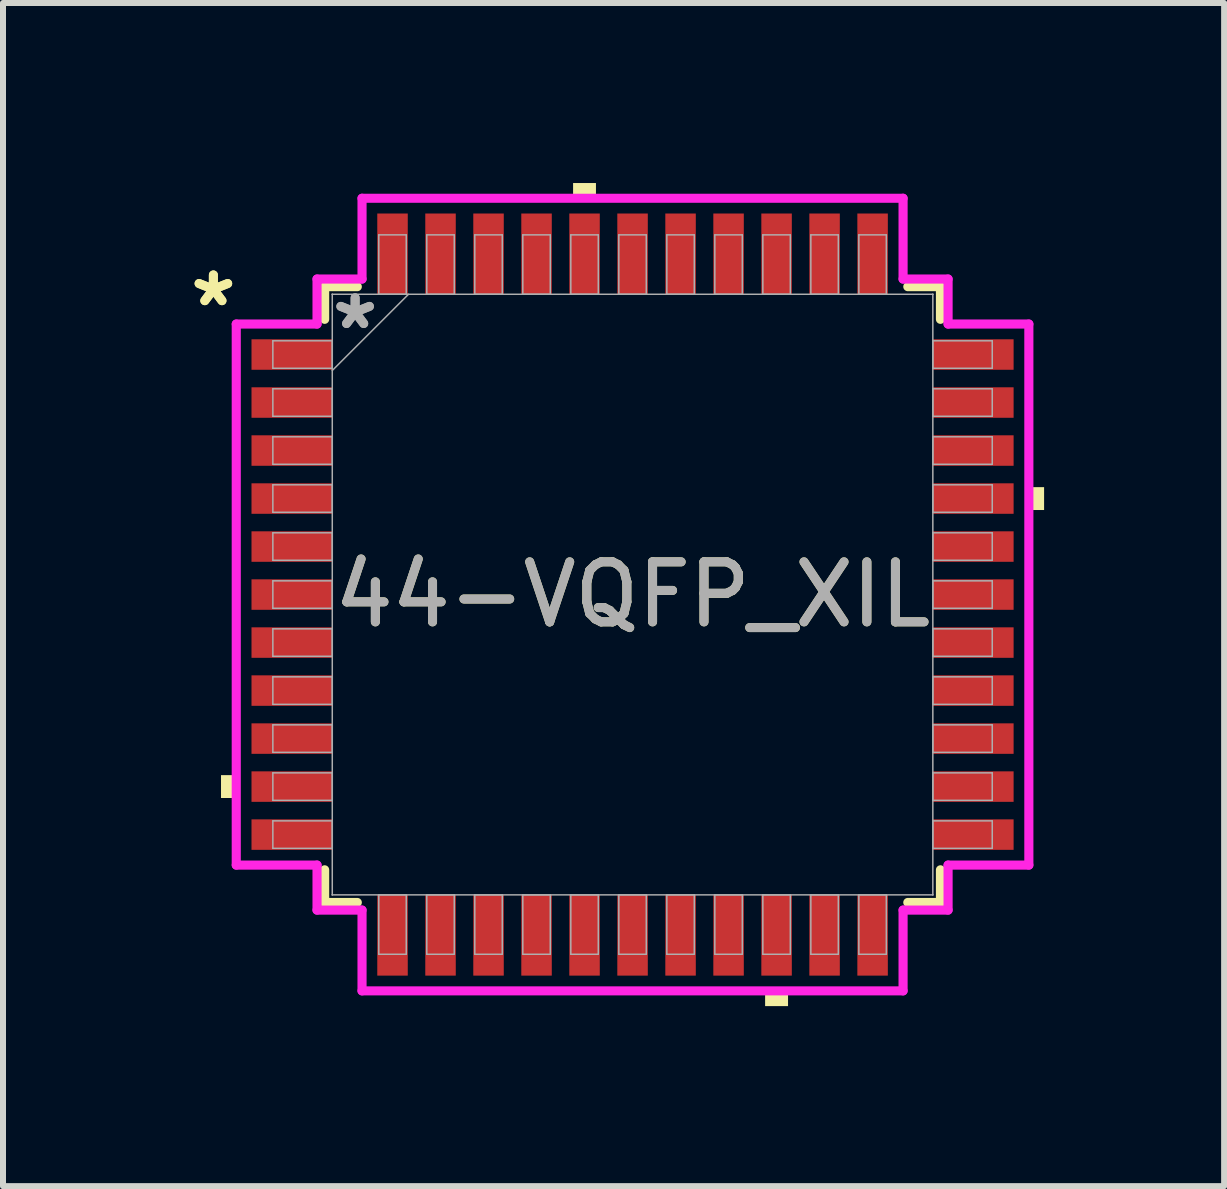
<source format=kicad_pcb>
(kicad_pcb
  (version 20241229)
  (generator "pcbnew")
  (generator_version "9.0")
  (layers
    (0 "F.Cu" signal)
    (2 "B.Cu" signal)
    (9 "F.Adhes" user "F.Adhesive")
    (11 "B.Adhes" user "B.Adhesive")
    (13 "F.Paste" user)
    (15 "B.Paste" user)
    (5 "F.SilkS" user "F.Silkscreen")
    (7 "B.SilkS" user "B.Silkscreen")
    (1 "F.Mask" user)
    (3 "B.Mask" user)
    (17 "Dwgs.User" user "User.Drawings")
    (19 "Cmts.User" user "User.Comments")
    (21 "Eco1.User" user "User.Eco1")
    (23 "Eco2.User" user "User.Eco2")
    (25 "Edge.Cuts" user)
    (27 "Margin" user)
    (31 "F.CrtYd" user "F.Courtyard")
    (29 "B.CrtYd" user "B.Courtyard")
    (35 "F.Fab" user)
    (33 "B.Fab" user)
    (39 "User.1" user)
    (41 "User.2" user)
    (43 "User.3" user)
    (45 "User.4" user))
  (footprint "44-VQFP_XIL"
    (layer "F.Cu")
    (at 7.491 6.858)
    (property "Reference" "44-VQFP_XIL" (at 0 0 0) (unlocked yes) (layer "F.SilkS") (effects (font (size 1 1) (thickness 0.15))))
    (attr smd)
    (fp_line (start -5.131 -5.131) (end -5.131 -4.587) (stroke (width 0.152) (type solid)) (layer "F.SilkS"))
    (fp_line (start -5.131 4.587) (end -5.131 5.131) (stroke (width 0.152) (type solid)) (layer "F.SilkS"))
    (fp_line (start -5.131 5.131) (end -4.587 5.131) (stroke (width 0.152) (type solid)) (layer "F.SilkS"))
    (fp_line (start -4.587 -5.131) (end -5.131 -5.131) (stroke (width 0.152) (type solid)) (layer "F.SilkS"))
    (fp_line (start 4.587 5.131) (end 5.131 5.131) (stroke (width 0.152) (type solid)) (layer "F.SilkS"))
    (fp_line (start 5.131 -5.131) (end 4.587 -5.131) (stroke (width 0.152) (type solid)) (layer "F.SilkS"))
    (fp_line (start 5.131 -4.587) (end 5.131 -5.131) (stroke (width 0.152) (type solid)) (layer "F.SilkS"))
    (fp_line (start 5.131 5.131) (end 5.131 4.587) (stroke (width 0.152) (type solid)) (layer "F.SilkS"))
    (fp_poly (pts (xy -6.858 3.009) (xy -6.858 3.39) (xy -6.604 3.39) (xy -6.604 3.009)) (stroke (width 0) (type solid)) (fill yes) (layer "F.SilkS"))
    (fp_poly (pts (xy -0.991 -6.604) (xy -0.991 -6.858) (xy -0.61 -6.858) (xy -0.61 -6.604)) (stroke (width 0) (type solid)) (fill yes) (layer "F.SilkS"))
    (fp_poly (pts (xy 2.209 6.604) (xy 2.209 6.858) (xy 2.591 6.858) (xy 2.591 6.604)) (stroke (width 0) (type solid)) (fill yes) (layer "F.SilkS"))
    (fp_poly (pts (xy 6.858 -1.79) (xy 6.858 -1.409) (xy 6.604 -1.409) (xy 6.604 -1.79)) (stroke (width 0) (type solid)) (fill yes) (layer "F.SilkS"))
    (fp_line (start -6.604 -4.508) (end -5.258 -4.508) (stroke (width 0.152) (type solid)) (layer "F.CrtYd"))
    (fp_line (start -6.604 4.508) (end -6.604 -4.508) (stroke (width 0.152) (type solid)) (layer "F.CrtYd"))
    (fp_line (start -5.258 -5.258) (end -4.508 -5.258) (stroke (width 0.152) (type solid)) (layer "F.CrtYd"))
    (fp_line (start -5.258 -4.508) (end -5.258 -5.258) (stroke (width 0.152) (type solid)) (layer "F.CrtYd"))
    (fp_line (start -5.258 4.508) (end -6.604 4.508) (stroke (width 0.152) (type solid)) (layer "F.CrtYd"))
    (fp_line (start -5.258 5.258) (end -5.258 4.508) (stroke (width 0.152) (type solid)) (layer "F.CrtYd"))
    (fp_line (start -5.258 5.258) (end -4.508 5.258) (stroke (width 0.152) (type solid)) (layer "F.CrtYd"))
    (fp_line (start -4.508 -6.604) (end 4.508 -6.604) (stroke (width 0.152) (type solid)) (layer "F.CrtYd"))
    (fp_line (start -4.508 -5.258) (end -4.508 -6.604) (stroke (width 0.152) (type solid)) (layer "F.CrtYd"))
    (fp_line (start -4.508 5.258) (end -4.508 6.604) (stroke (width 0.152) (type solid)) (layer "F.CrtYd"))
    (fp_line (start -4.508 6.604) (end 4.508 6.604) (stroke (width 0.152) (type solid)) (layer "F.CrtYd"))
    (fp_line (start 4.508 -6.604) (end 4.508 -5.258) (stroke (width 0.152) (type solid)) (layer "F.CrtYd"))
    (fp_line (start 4.508 -5.258) (end 5.258 -5.258) (stroke (width 0.152) (type solid)) (layer "F.CrtYd"))
    (fp_line (start 4.508 5.258) (end 5.258 5.258) (stroke (width 0.152) (type solid)) (layer "F.CrtYd"))
    (fp_line (start 4.508 6.604) (end 4.508 5.258) (stroke (width 0.152) (type solid)) (layer "F.CrtYd"))
    (fp_line (start 5.258 -4.508) (end 5.258 -5.258) (stroke (width 0.152) (type solid)) (layer "F.CrtYd"))
    (fp_line (start 5.258 4.508) (end 6.604 4.508) (stroke (width 0.152) (type solid)) (layer "F.CrtYd"))
    (fp_line (start 5.258 5.258) (end 5.258 4.508) (stroke (width 0.152) (type solid)) (layer "F.CrtYd"))
    (fp_line (start 6.604 -4.508) (end 5.258 -4.508) (stroke (width 0.152) (type solid)) (layer "F.CrtYd"))
    (fp_line (start 6.604 4.508) (end 6.604 -4.508) (stroke (width 0.152) (type solid)) (layer "F.CrtYd"))
    (fp_line (start -5.994 -4.229) (end -5.994 -3.771) (stroke (width 0.025) (type solid)) (layer "F.Fab"))
    (fp_line (start -5.994 -3.771) (end -5.004 -3.771) (stroke (width 0.025) (type solid)) (layer "F.Fab"))
    (fp_line (start -5.994 -3.429) (end -5.994 -2.971) (stroke (width 0.025) (type solid)) (layer "F.Fab"))
    (fp_line (start -5.994 -2.971) (end -5.004 -2.971) (stroke (width 0.025) (type solid)) (layer "F.Fab"))
    (fp_line (start -5.994 -2.629) (end -5.994 -2.171) (stroke (width 0.025) (type solid)) (layer "F.Fab"))
    (fp_line (start -5.994 -2.171) (end -5.004 -2.171) (stroke (width 0.025) (type solid)) (layer "F.Fab"))
    (fp_line (start -5.994 -1.829) (end -5.994 -1.371) (stroke (width 0.025) (type solid)) (layer "F.Fab"))
    (fp_line (start -5.994 -1.371) (end -5.004 -1.371) (stroke (width 0.025) (type solid)) (layer "F.Fab"))
    (fp_line (start -5.994 -1.029) (end -5.994 -0.571) (stroke (width 0.025) (type solid)) (layer "F.Fab"))
    (fp_line (start -5.994 -0.571) (end -5.004 -0.571) (stroke (width 0.025) (type solid)) (layer "F.Fab"))
    (fp_line (start -5.994 -0.229) (end -5.994 0.229) (stroke (width 0.025) (type solid)) (layer "F.Fab"))
    (fp_line (start -5.994 0.229) (end -5.004 0.229) (stroke (width 0.025) (type solid)) (layer "F.Fab"))
    (fp_line (start -5.994 0.571) (end -5.994 1.029) (stroke (width 0.025) (type solid)) (layer "F.Fab"))
    (fp_line (start -5.994 1.029) (end -5.004 1.029) (stroke (width 0.025) (type solid)) (layer "F.Fab"))
    (fp_line (start -5.994 1.371) (end -5.994 1.829) (stroke (width 0.025) (type solid)) (layer "F.Fab"))
    (fp_line (start -5.994 1.829) (end -5.004 1.829) (stroke (width 0.025) (type solid)) (layer "F.Fab"))
    (fp_line (start -5.994 2.171) (end -5.994 2.629) (stroke (width 0.025) (type solid)) (layer "F.Fab"))
    (fp_line (start -5.994 2.629) (end -5.004 2.629) (stroke (width 0.025) (type solid)) (layer "F.Fab"))
    (fp_line (start -5.994 2.971) (end -5.994 3.429) (stroke (width 0.025) (type solid)) (layer "F.Fab"))
    (fp_line (start -5.994 3.429) (end -5.004 3.429) (stroke (width 0.025) (type solid)) (layer "F.Fab"))
    (fp_line (start -5.994 3.771) (end -5.994 4.229) (stroke (width 0.025) (type solid)) (layer "F.Fab"))
    (fp_line (start -5.994 4.229) (end -5.004 4.229) (stroke (width 0.025) (type solid)) (layer "F.Fab"))
    (fp_line (start -5.004 -5.004) (end -5.004 -5.004) (stroke (width 0.025) (type solid)) (layer "F.Fab"))
    (fp_line (start -5.004 -5.004) (end -5.004 5.004) (stroke (width 0.025) (type solid)) (layer "F.Fab"))
    (fp_line (start -5.004 -4.229) (end -5.994 -4.229) (stroke (width 0.025) (type solid)) (layer "F.Fab"))
    (fp_line (start -5.004 -3.771) (end -5.004 -4.229) (stroke (width 0.025) (type solid)) (layer "F.Fab"))
    (fp_line (start -5.004 -3.734) (end -3.734 -5.004) (stroke (width 0.025) (type solid)) (layer "F.Fab"))
    (fp_line (start -5.004 -3.429) (end -5.994 -3.429) (stroke (width 0.025) (type solid)) (layer "F.Fab"))
    (fp_line (start -5.004 -2.971) (end -5.004 -3.429) (stroke (width 0.025) (type solid)) (layer "F.Fab"))
    (fp_line (start -5.004 -2.629) (end -5.994 -2.629) (stroke (width 0.025) (type solid)) (layer "F.Fab"))
    (fp_line (start -5.004 -2.171) (end -5.004 -2.629) (stroke (width 0.025) (type solid)) (layer "F.Fab"))
    (fp_line (start -5.004 -1.829) (end -5.994 -1.829) (stroke (width 0.025) (type solid)) (layer "F.Fab"))
    (fp_line (start -5.004 -1.371) (end -5.004 -1.829) (stroke (width 0.025) (type solid)) (layer "F.Fab"))
    (fp_line (start -5.004 -1.029) (end -5.994 -1.029) (stroke (width 0.025) (type solid)) (layer "F.Fab"))
    (fp_line (start -5.004 -0.571) (end -5.004 -1.029) (stroke (width 0.025) (type solid)) (layer "F.Fab"))
    (fp_line (start -5.004 -0.229) (end -5.994 -0.229) (stroke (width 0.025) (type solid)) (layer "F.Fab"))
    (fp_line (start -5.004 0.229) (end -5.004 -0.229) (stroke (width 0.025) (type solid)) (layer "F.Fab"))
    (fp_line (start -5.004 0.571) (end -5.994 0.571) (stroke (width 0.025) (type solid)) (layer "F.Fab"))
    (fp_line (start -5.004 1.029) (end -5.004 0.571) (stroke (width 0.025) (type solid)) (layer "F.Fab"))
    (fp_line (start -5.004 1.371) (end -5.994 1.371) (stroke (width 0.025) (type solid)) (layer "F.Fab"))
    (fp_line (start -5.004 1.829) (end -5.004 1.371) (stroke (width 0.025) (type solid)) (layer "F.Fab"))
    (fp_line (start -5.004 2.171) (end -5.994 2.171) (stroke (width 0.025) (type solid)) (layer "F.Fab"))
    (fp_line (start -5.004 2.629) (end -5.004 2.171) (stroke (width 0.025) (type solid)) (layer "F.Fab"))
    (fp_line (start -5.004 2.971) (end -5.994 2.971) (stroke (width 0.025) (type solid)) (layer "F.Fab"))
    (fp_line (start -5.004 3.429) (end -5.004 2.971) (stroke (width 0.025) (type solid)) (layer "F.Fab"))
    (fp_line (start -5.004 3.771) (end -5.994 3.771) (stroke (width 0.025) (type solid)) (layer "F.Fab"))
    (fp_line (start -5.004 4.229) (end -5.004 3.771) (stroke (width 0.025) (type solid)) (layer "F.Fab"))
    (fp_line (start -5.004 5.004) (end -5.004 5.004) (stroke (width 0.025) (type solid)) (layer "F.Fab"))
    (fp_line (start -5.004 5.004) (end 5.004 5.004) (stroke (width 0.025) (type solid)) (layer "F.Fab"))
    (fp_line (start -4.229 5.004) (end -4.229 5.994) (stroke (width 0.025) (type solid)) (layer "F.Fab"))
    (fp_line (start -4.229 5.994) (end -3.771 5.994) (stroke (width 0.025) (type solid)) (layer "F.Fab"))
    (fp_line (start -4.229 -5.994) (end -4.229 -5.004) (stroke (width 0.025) (type solid)) (layer "F.Fab"))
    (fp_line (start -4.229 -5.004) (end -3.771 -5.004) (stroke (width 0.025) (type solid)) (layer "F.Fab"))
    (fp_line (start -3.771 5.004) (end -4.229 5.004) (stroke (width 0.025) (type solid)) (layer "F.Fab"))
    (fp_line (start -3.771 5.994) (end -3.771 5.004) (stroke (width 0.025) (type solid)) (layer "F.Fab"))
    (fp_line (start -3.771 -5.994) (end -4.229 -5.994) (stroke (width 0.025) (type solid)) (layer "F.Fab"))
    (fp_line (start -3.771 -5.004) (end -3.771 -5.994) (stroke (width 0.025) (type solid)) (layer "F.Fab"))
    (fp_line (start -3.429 -5.994) (end -3.429 -5.004) (stroke (width 0.025) (type solid)) (layer "F.Fab"))
    (fp_line (start -3.429 -5.004) (end -2.971 -5.004) (stroke (width 0.025) (type solid)) (layer "F.Fab"))
    (fp_line (start -3.429 5.004) (end -3.429 5.994) (stroke (width 0.025) (type solid)) (layer "F.Fab"))
    (fp_line (start -3.429 5.994) (end -2.971 5.994) (stroke (width 0.025) (type solid)) (layer "F.Fab"))
    (fp_line (start -2.971 -5.994) (end -3.429 -5.994) (stroke (width 0.025) (type solid)) (layer "F.Fab"))
    (fp_line (start -2.971 -5.004) (end -2.971 -5.994) (stroke (width 0.025) (type solid)) (layer "F.Fab"))
    (fp_line (start -2.971 5.004) (end -3.429 5.004) (stroke (width 0.025) (type solid)) (layer "F.Fab"))
    (fp_line (start -2.971 5.994) (end -2.971 5.004) (stroke (width 0.025) (type solid)) (layer "F.Fab"))
    (fp_line (start -2.629 -5.994) (end -2.629 -5.004) (stroke (width 0.025) (type solid)) (layer "F.Fab"))
    (fp_line (start -2.629 -5.004) (end -2.171 -5.004) (stroke (width 0.025) (type solid)) (layer "F.Fab"))
    (fp_line (start -2.629 5.004) (end -2.629 5.994) (stroke (width 0.025) (type solid)) (layer "F.Fab"))
    (fp_line (start -2.629 5.994) (end -2.171 5.994) (stroke (width 0.025) (type solid)) (layer "F.Fab"))
    (fp_line (start -2.171 -5.994) (end -2.629 -5.994) (stroke (width 0.025) (type solid)) (layer "F.Fab"))
    (fp_line (start -2.171 -5.004) (end -2.171 -5.994) (stroke (width 0.025) (type solid)) (layer "F.Fab"))
    (fp_line (start -2.171 5.004) (end -2.629 5.004) (stroke (width 0.025) (type solid)) (layer "F.Fab"))
    (fp_line (start -2.171 5.994) (end -2.171 5.004) (stroke (width 0.025) (type solid)) (layer "F.Fab"))
    (fp_line (start -1.829 -5.994) (end -1.829 -5.004) (stroke (width 0.025) (type solid)) (layer "F.Fab"))
    (fp_line (start -1.829 -5.004) (end -1.371 -5.004) (stroke (width 0.025) (type solid)) (layer "F.Fab"))
    (fp_line (start -1.829 5.004) (end -1.829 5.994) (stroke (width 0.025) (type solid)) (layer "F.Fab"))
    (fp_line (start -1.829 5.994) (end -1.371 5.994) (stroke (width 0.025) (type solid)) (layer "F.Fab"))
    (fp_line (start -1.371 -5.994) (end -1.829 -5.994) (stroke (width 0.025) (type solid)) (layer "F.Fab"))
    (fp_line (start -1.371 -5.004) (end -1.371 -5.994) (stroke (width 0.025) (type solid)) (layer "F.Fab"))
    (fp_line (start -1.371 5.004) (end -1.829 5.004) (stroke (width 0.025) (type solid)) (layer "F.Fab"))
    (fp_line (start -1.371 5.994) (end -1.371 5.004) (stroke (width 0.025) (type solid)) (layer "F.Fab"))
    (fp_line (start -1.029 -5.994) (end -1.029 -5.004) (stroke (width 0.025) (type solid)) (layer "F.Fab"))
    (fp_line (start -1.029 -5.004) (end -0.571 -5.004) (stroke (width 0.025) (type solid)) (layer "F.Fab"))
    (fp_line (start -1.029 5.004) (end -1.029 5.994) (stroke (width 0.025) (type solid)) (layer "F.Fab"))
    (fp_line (start -1.029 5.994) (end -0.571 5.994) (stroke (width 0.025) (type solid)) (layer "F.Fab"))
    (fp_line (start -0.571 -5.994) (end -1.029 -5.994) (stroke (width 0.025) (type solid)) (layer "F.Fab"))
    (fp_line (start -0.571 -5.004) (end -0.571 -5.994) (stroke (width 0.025) (type solid)) (layer "F.Fab"))
    (fp_line (start -0.571 5.004) (end -1.029 5.004) (stroke (width 0.025) (type solid)) (layer "F.Fab"))
    (fp_line (start -0.571 5.994) (end -0.571 5.004) (stroke (width 0.025) (type solid)) (layer "F.Fab"))
    (fp_line (start -0.229 -5.994) (end -0.229 -5.004) (stroke (width 0.025) (type solid)) (layer "F.Fab"))
    (fp_line (start -0.229 -5.004) (end 0.229 -5.004) (stroke (width 0.025) (type solid)) (layer "F.Fab"))
    (fp_line (start -0.229 5.004) (end -0.229 5.994) (stroke (width 0.025) (type solid)) (layer "F.Fab"))
    (fp_line (start -0.229 5.994) (end 0.229 5.994) (stroke (width 0.025) (type solid)) (layer "F.Fab"))
    (fp_line (start 0.229 -5.994) (end -0.229 -5.994) (stroke (width 0.025) (type solid)) (layer "F.Fab"))
    (fp_line (start 0.229 -5.004) (end 0.229 -5.994) (stroke (width 0.025) (type solid)) (layer "F.Fab"))
    (fp_line (start 0.229 5.004) (end -0.229 5.004) (stroke (width 0.025) (type solid)) (layer "F.Fab"))
    (fp_line (start 0.229 5.994) (end 0.229 5.004) (stroke (width 0.025) (type solid)) (layer "F.Fab"))
    (fp_line (start 0.571 -5.994) (end 0.571 -5.004) (stroke (width 0.025) (type solid)) (layer "F.Fab"))
    (fp_line (start 0.571 -5.004) (end 1.029 -5.004) (stroke (width 0.025) (type solid)) (layer "F.Fab"))
    (fp_line (start 0.571 5.004) (end 0.571 5.994) (stroke (width 0.025) (type solid)) (layer "F.Fab"))
    (fp_line (start 0.571 5.994) (end 1.029 5.994) (stroke (width 0.025) (type solid)) (layer "F.Fab"))
    (fp_line (start 1.029 -5.994) (end 0.571 -5.994) (stroke (width 0.025) (type solid)) (layer "F.Fab"))
    (fp_line (start 1.029 -5.004) (end 1.029 -5.994) (stroke (width 0.025) (type solid)) (layer "F.Fab"))
    (fp_line (start 1.029 5.004) (end 0.571 5.004) (stroke (width 0.025) (type solid)) (layer "F.Fab"))
    (fp_line (start 1.029 5.994) (end 1.029 5.004) (stroke (width 0.025) (type solid)) (layer "F.Fab"))
    (fp_line (start 1.371 -5.994) (end 1.371 -5.004) (stroke (width 0.025) (type solid)) (layer "F.Fab"))
    (fp_line (start 1.371 -5.004) (end 1.829 -5.004) (stroke (width 0.025) (type solid)) (layer "F.Fab"))
    (fp_line (start 1.371 5.004) (end 1.371 5.994) (stroke (width 0.025) (type solid)) (layer "F.Fab"))
    (fp_line (start 1.371 5.994) (end 1.829 5.994) (stroke (width 0.025) (type solid)) (layer "F.Fab"))
    (fp_line (start 1.829 -5.994) (end 1.371 -5.994) (stroke (width 0.025) (type solid)) (layer "F.Fab"))
    (fp_line (start 1.829 -5.004) (end 1.829 -5.994) (stroke (width 0.025) (type solid)) (layer "F.Fab"))
    (fp_line (start 1.829 5.004) (end 1.371 5.004) (stroke (width 0.025) (type solid)) (layer "F.Fab"))
    (fp_line (start 1.829 5.994) (end 1.829 5.004) (stroke (width 0.025) (type solid)) (layer "F.Fab"))
    (fp_line (start 2.171 -5.994) (end 2.171 -5.004) (stroke (width 0.025) (type solid)) (layer "F.Fab"))
    (fp_line (start 2.171 -5.004) (end 2.629 -5.004) (stroke (width 0.025) (type solid)) (layer "F.Fab"))
    (fp_line (start 2.171 5.004) (end 2.171 5.994) (stroke (width 0.025) (type solid)) (layer "F.Fab"))
    (fp_line (start 2.171 5.994) (end 2.629 5.994) (stroke (width 0.025) (type solid)) (layer "F.Fab"))
    (fp_line (start 2.629 -5.994) (end 2.171 -5.994) (stroke (width 0.025) (type solid)) (layer "F.Fab"))
    (fp_line (start 2.629 -5.004) (end 2.629 -5.994) (stroke (width 0.025) (type solid)) (layer "F.Fab"))
    (fp_line (start 2.629 5.004) (end 2.171 5.004) (stroke (width 0.025) (type solid)) (layer "F.Fab"))
    (fp_line (start 2.629 5.994) (end 2.629 5.004) (stroke (width 0.025) (type solid)) (layer "F.Fab"))
    (fp_line (start 2.971 -5.994) (end 2.971 -5.004) (stroke (width 0.025) (type solid)) (layer "F.Fab"))
    (fp_line (start 2.971 -5.004) (end 3.429 -5.004) (stroke (width 0.025) (type solid)) (layer "F.Fab"))
    (fp_line (start 2.971 5.004) (end 2.971 5.994) (stroke (width 0.025) (type solid)) (layer "F.Fab"))
    (fp_line (start 2.971 5.994) (end 3.429 5.994) (stroke (width 0.025) (type solid)) (layer "F.Fab"))
    (fp_line (start 3.429 -5.994) (end 2.971 -5.994) (stroke (width 0.025) (type solid)) (layer "F.Fab"))
    (fp_line (start 3.429 -5.004) (end 3.429 -5.994) (stroke (width 0.025) (type solid)) (layer "F.Fab"))
    (fp_line (start 3.429 5.004) (end 2.971 5.004) (stroke (width 0.025) (type solid)) (layer "F.Fab"))
    (fp_line (start 3.429 5.994) (end 3.429 5.004) (stroke (width 0.025) (type solid)) (layer "F.Fab"))
    (fp_line (start 3.771 5.004) (end 3.771 5.994) (stroke (width 0.025) (type solid)) (layer "F.Fab"))
    (fp_line (start 3.771 5.994) (end 4.229 5.994) (stroke (width 0.025) (type solid)) (layer "F.Fab"))
    (fp_line (start 3.771 -5.994) (end 3.771 -5.004) (stroke (width 0.025) (type solid)) (layer "F.Fab"))
    (fp_line (start 3.771 -5.004) (end 4.229 -5.004) (stroke (width 0.025) (type solid)) (layer "F.Fab"))
    (fp_line (start 4.229 5.004) (end 3.771 5.004) (stroke (width 0.025) (type solid)) (layer "F.Fab"))
    (fp_line (start 4.229 5.994) (end 4.229 5.004) (stroke (width 0.025) (type solid)) (layer "F.Fab"))
    (fp_line (start 4.229 -5.994) (end 3.771 -5.994) (stroke (width 0.025) (type solid)) (layer "F.Fab"))
    (fp_line (start 4.229 -5.004) (end 4.229 -5.994) (stroke (width 0.025) (type solid)) (layer "F.Fab"))
    (fp_line (start 5.004 -5.004) (end -5.004 -5.004) (stroke (width 0.025) (type solid)) (layer "F.Fab"))
    (fp_line (start 5.004 -5.004) (end 5.004 -5.004) (stroke (width 0.025) (type solid)) (layer "F.Fab"))
    (fp_line (start 5.004 -4.229) (end 5.004 -3.771) (stroke (width 0.025) (type solid)) (layer "F.Fab"))
    (fp_line (start 5.004 -3.771) (end 5.994 -3.771) (stroke (width 0.025) (type solid)) (layer "F.Fab"))
    (fp_line (start 5.004 -3.429) (end 5.004 -2.971) (stroke (width 0.025) (type solid)) (layer "F.Fab"))
    (fp_line (start 5.004 -2.971) (end 5.994 -2.971) (stroke (width 0.025) (type solid)) (layer "F.Fab"))
    (fp_line (start 5.004 -2.629) (end 5.004 -2.171) (stroke (width 0.025) (type solid)) (layer "F.Fab"))
    (fp_line (start 5.004 -2.171) (end 5.994 -2.171) (stroke (width 0.025) (type solid)) (layer "F.Fab"))
    (fp_line (start 5.004 -1.829) (end 5.004 -1.371) (stroke (width 0.025) (type solid)) (layer "F.Fab"))
    (fp_line (start 5.004 -1.371) (end 5.994 -1.371) (stroke (width 0.025) (type solid)) (layer "F.Fab"))
    (fp_line (start 5.004 -1.029) (end 5.004 -0.571) (stroke (width 0.025) (type solid)) (layer "F.Fab"))
    (fp_line (start 5.004 -0.571) (end 5.994 -0.571) (stroke (width 0.025) (type solid)) (layer "F.Fab"))
    (fp_line (start 5.004 -0.229) (end 5.004 0.229) (stroke (width 0.025) (type solid)) (layer "F.Fab"))
    (fp_line (start 5.004 0.229) (end 5.994 0.229) (stroke (width 0.025) (type solid)) (layer "F.Fab"))
    (fp_line (start 5.004 0.571) (end 5.004 1.029) (stroke (width 0.025) (type solid)) (layer "F.Fab"))
    (fp_line (start 5.004 1.029) (end 5.994 1.029) (stroke (width 0.025) (type solid)) (layer "F.Fab"))
    (fp_line (start 5.004 1.371) (end 5.004 1.829) (stroke (width 0.025) (type solid)) (layer "F.Fab"))
    (fp_line (start 5.004 1.829) (end 5.994 1.829) (stroke (width 0.025) (type solid)) (layer "F.Fab"))
    (fp_line (start 5.004 2.171) (end 5.004 2.629) (stroke (width 0.025) (type solid)) (layer "F.Fab"))
    (fp_line (start 5.004 2.629) (end 5.994 2.629) (stroke (width 0.025) (type solid)) (layer "F.Fab"))
    (fp_line (start 5.004 2.971) (end 5.004 3.429) (stroke (width 0.025) (type solid)) (layer "F.Fab"))
    (fp_line (start 5.004 3.429) (end 5.994 3.429) (stroke (width 0.025) (type solid)) (layer "F.Fab"))
    (fp_line (start 5.004 3.771) (end 5.004 4.229) (stroke (width 0.025) (type solid)) (layer "F.Fab"))
    (fp_line (start 5.004 4.229) (end 5.994 4.229) (stroke (width 0.025) (type solid)) (layer "F.Fab"))
    (fp_line (start 5.004 5.004) (end 5.004 -5.004) (stroke (width 0.025) (type solid)) (layer "F.Fab"))
    (fp_line (start 5.004 5.004) (end 5.004 5.004) (stroke (width 0.025) (type solid)) (layer "F.Fab"))
    (fp_line (start 5.994 -4.229) (end 5.004 -4.229) (stroke (width 0.025) (type solid)) (layer "F.Fab"))
    (fp_line (start 5.994 -3.771) (end 5.994 -4.229) (stroke (width 0.025) (type solid)) (layer "F.Fab"))
    (fp_line (start 5.994 -3.429) (end 5.004 -3.429) (stroke (width 0.025) (type solid)) (layer "F.Fab"))
    (fp_line (start 5.994 -2.971) (end 5.994 -3.429) (stroke (width 0.025) (type solid)) (layer "F.Fab"))
    (fp_line (start 5.994 -2.629) (end 5.004 -2.629) (stroke (width 0.025) (type solid)) (layer "F.Fab"))
    (fp_line (start 5.994 -2.171) (end 5.994 -2.629) (stroke (width 0.025) (type solid)) (layer "F.Fab"))
    (fp_line (start 5.994 -1.829) (end 5.004 -1.829) (stroke (width 0.025) (type solid)) (layer "F.Fab"))
    (fp_line (start 5.994 -1.371) (end 5.994 -1.829) (stroke (width 0.025) (type solid)) (layer "F.Fab"))
    (fp_line (start 5.994 -1.029) (end 5.004 -1.029) (stroke (width 0.025) (type solid)) (layer "F.Fab"))
    (fp_line (start 5.994 -0.571) (end 5.994 -1.029) (stroke (width 0.025) (type solid)) (layer "F.Fab"))
    (fp_line (start 5.994 -0.229) (end 5.004 -0.229) (stroke (width 0.025) (type solid)) (layer "F.Fab"))
    (fp_line (start 5.994 0.229) (end 5.994 -0.229) (stroke (width 0.025) (type solid)) (layer "F.Fab"))
    (fp_line (start 5.994 0.571) (end 5.004 0.571) (stroke (width 0.025) (type solid)) (layer "F.Fab"))
    (fp_line (start 5.994 1.029) (end 5.994 0.571) (stroke (width 0.025) (type solid)) (layer "F.Fab"))
    (fp_line (start 5.994 1.371) (end 5.004 1.371) (stroke (width 0.025) (type solid)) (layer "F.Fab"))
    (fp_line (start 5.994 1.829) (end 5.994 1.371) (stroke (width 0.025) (type solid)) (layer "F.Fab"))
    (fp_line (start 5.994 2.171) (end 5.004 2.171) (stroke (width 0.025) (type solid)) (layer "F.Fab"))
    (fp_line (start 5.994 2.629) (end 5.994 2.171) (stroke (width 0.025) (type solid)) (layer "F.Fab"))
    (fp_line (start 5.994 2.971) (end 5.004 2.971) (stroke (width 0.025) (type solid)) (layer "F.Fab"))
    (fp_line (start 5.994 3.429) (end 5.994 2.971) (stroke (width 0.025) (type solid)) (layer "F.Fab"))
    (fp_line (start 5.994 3.771) (end 5.004 3.771) (stroke (width 0.025) (type solid)) (layer "F.Fab"))
    (fp_line (start 5.994 4.229) (end 5.994 3.771) (stroke (width 0.025) (type solid)) (layer "F.Fab"))
    (fp_text user "*" (at -6.985 -4.781 0) (unlocked yes) (layer "F.SilkS") (effects (font (size 1 1) (thickness 0.15))))
    (fp_text user "*" (at -6.985 -4.781 0) (layer "F.SilkS") (effects (font (size 1 1) (thickness 0.15))))
    (fp_text user "*" (at -4.623 -4.4 0) (unlocked yes) (layer "F.Fab") (effects (font (size 1 1) (thickness 0.15))))
    (fp_text user "${REFERENCE}" (at 0 0 0) (unlocked yes) (layer "F.Fab") (effects (font (size 1 1) (thickness 0.15))))
    (fp_text user "*" (at -4.623 -4.4 0) (layer "F.Fab") (effects (font (size 1 1) (thickness 0.15))))
    (pad "1" smd rect (at -5.677 -4 90) (size 0.508 1.346) (layers "F.Cu" "F.Mask" "F.Paste"))
    (pad "2" smd rect (at -5.677 -3.2 90) (size 0.508 1.346) (layers "F.Cu" "F.Mask" "F.Paste"))
    (pad "3" smd rect (at -5.677 -2.4 90) (size 0.508 1.346) (layers "F.Cu" "F.Mask" "F.Paste"))
    (pad "4" smd rect (at -5.677 -1.6 90) (size 0.508 1.346) (layers "F.Cu" "F.Mask" "F.Paste"))
    (pad "5" smd rect (at -5.677 -0.8 90) (size 0.508 1.346) (layers "F.Cu" "F.Mask" "F.Paste"))
    (pad "6" smd rect (at -5.677 0 90) (size 0.508 1.346) (layers "F.Cu" "F.Mask" "F.Paste"))
    (pad "7" smd rect (at -5.677 0.8 90) (size 0.508 1.346) (layers "F.Cu" "F.Mask" "F.Paste"))
    (pad "8" smd rect (at -5.677 1.6 90) (size 0.508 1.346) (layers "F.Cu" "F.Mask" "F.Paste"))
    (pad "9" smd rect (at -5.677 2.4 90) (size 0.508 1.346) (layers "F.Cu" "F.Mask" "F.Paste"))
    (pad "10" smd rect (at -5.677 3.2 90) (size 0.508 1.346) (layers "F.Cu" "F.Mask" "F.Paste"))
    (pad "11" smd rect (at -5.677 4 90) (size 0.508 1.346) (layers "F.Cu" "F.Mask" "F.Paste"))
    (pad "12" smd rect (at -4 5.677) (size 0.508 1.346) (layers "F.Cu" "F.Mask" "F.Paste"))
    (pad "13" smd rect (at -3.2 5.677) (size 0.508 1.346) (layers "F.Cu" "F.Mask" "F.Paste"))
    (pad "14" smd rect (at -2.4 5.677) (size 0.508 1.346) (layers "F.Cu" "F.Mask" "F.Paste"))
    (pad "15" smd rect (at -1.6 5.677) (size 0.508 1.346) (layers "F.Cu" "F.Mask" "F.Paste"))
    (pad "16" smd rect (at -0.8 5.677) (size 0.508 1.346) (layers "F.Cu" "F.Mask" "F.Paste"))
    (pad "17" smd rect (at 0 5.677) (size 0.508 1.346) (layers "F.Cu" "F.Mask" "F.Paste"))
    (pad "18" smd rect (at 0.8 5.677) (size 0.508 1.346) (layers "F.Cu" "F.Mask" "F.Paste"))
    (pad "19" smd rect (at 1.6 5.677) (size 0.508 1.346) (layers "F.Cu" "F.Mask" "F.Paste"))
    (pad "20" smd rect (at 2.4 5.677) (size 0.508 1.346) (layers "F.Cu" "F.Mask" "F.Paste"))
    (pad "21" smd rect (at 3.2 5.677) (size 0.508 1.346) (layers "F.Cu" "F.Mask" "F.Paste"))
    (pad "22" smd rect (at 4 5.677) (size 0.508 1.346) (layers "F.Cu" "F.Mask" "F.Paste"))
    (pad "23" smd rect (at 5.677 4 90) (size 0.508 1.346) (layers "F.Cu" "F.Mask" "F.Paste"))
    (pad "24" smd rect (at 5.677 3.2 90) (size 0.508 1.346) (layers "F.Cu" "F.Mask" "F.Paste"))
    (pad "25" smd rect (at 5.677 2.4 90) (size 0.508 1.346) (layers "F.Cu" "F.Mask" "F.Paste"))
    (pad "26" smd rect (at 5.677 1.6 90) (size 0.508 1.346) (layers "F.Cu" "F.Mask" "F.Paste"))
    (pad "27" smd rect (at 5.677 0.8 90) (size 0.508 1.346) (layers "F.Cu" "F.Mask" "F.Paste"))
    (pad "28" smd rect (at 5.677 0 90) (size 0.508 1.346) (layers "F.Cu" "F.Mask" "F.Paste"))
    (pad "29" smd rect (at 5.677 -0.8 90) (size 0.508 1.346) (layers "F.Cu" "F.Mask" "F.Paste"))
    (pad "30" smd rect (at 5.677 -1.6 90) (size 0.508 1.346) (layers "F.Cu" "F.Mask" "F.Paste"))
    (pad "31" smd rect (at 5.677 -2.4 90) (size 0.508 1.346) (layers "F.Cu" "F.Mask" "F.Paste"))
    (pad "32" smd rect (at 5.677 -3.2 90) (size 0.508 1.346) (layers "F.Cu" "F.Mask" "F.Paste"))
    (pad "33" smd rect (at 5.677 -4 90) (size 0.508 1.346) (layers "F.Cu" "F.Mask" "F.Paste"))
    (pad "34" smd rect (at 4 -5.677) (size 0.508 1.346) (layers "F.Cu" "F.Mask" "F.Paste"))
    (pad "35" smd rect (at 3.2 -5.677) (size 0.508 1.346) (layers "F.Cu" "F.Mask" "F.Paste"))
    (pad "36" smd rect (at 2.4 -5.677) (size 0.508 1.346) (layers "F.Cu" "F.Mask" "F.Paste"))
    (pad "37" smd rect (at 1.6 -5.677) (size 0.508 1.346) (layers "F.Cu" "F.Mask" "F.Paste"))
    (pad "38" smd rect (at 0.8 -5.677) (size 0.508 1.346) (layers "F.Cu" "F.Mask" "F.Paste"))
    (pad "39" smd rect (at 0 -5.677) (size 0.508 1.346) (layers "F.Cu" "F.Mask" "F.Paste"))
    (pad "40" smd rect (at -0.8 -5.677) (size 0.508 1.346) (layers "F.Cu" "F.Mask" "F.Paste"))
    (pad "41" smd rect (at -1.6 -5.677) (size 0.508 1.346) (layers "F.Cu" "F.Mask" "F.Paste"))
    (pad "42" smd rect (at -2.4 -5.677) (size 0.508 1.346) (layers "F.Cu" "F.Mask" "F.Paste"))
    (pad "43" smd rect (at -3.2 -5.677) (size 0.508 1.346) (layers "F.Cu" "F.Mask" "F.Paste"))
    (pad "44" smd rect (at -4 -5.677) (size 0.508 1.346) (layers "F.Cu" "F.Mask" "F.Paste")))
  (gr_rect
    (start -3 -3)
    (end 17.349 16.716)
    (stroke (width 0.1) (type default))
    (fill no)
    (layer "Edge.Cuts")))
</source>
